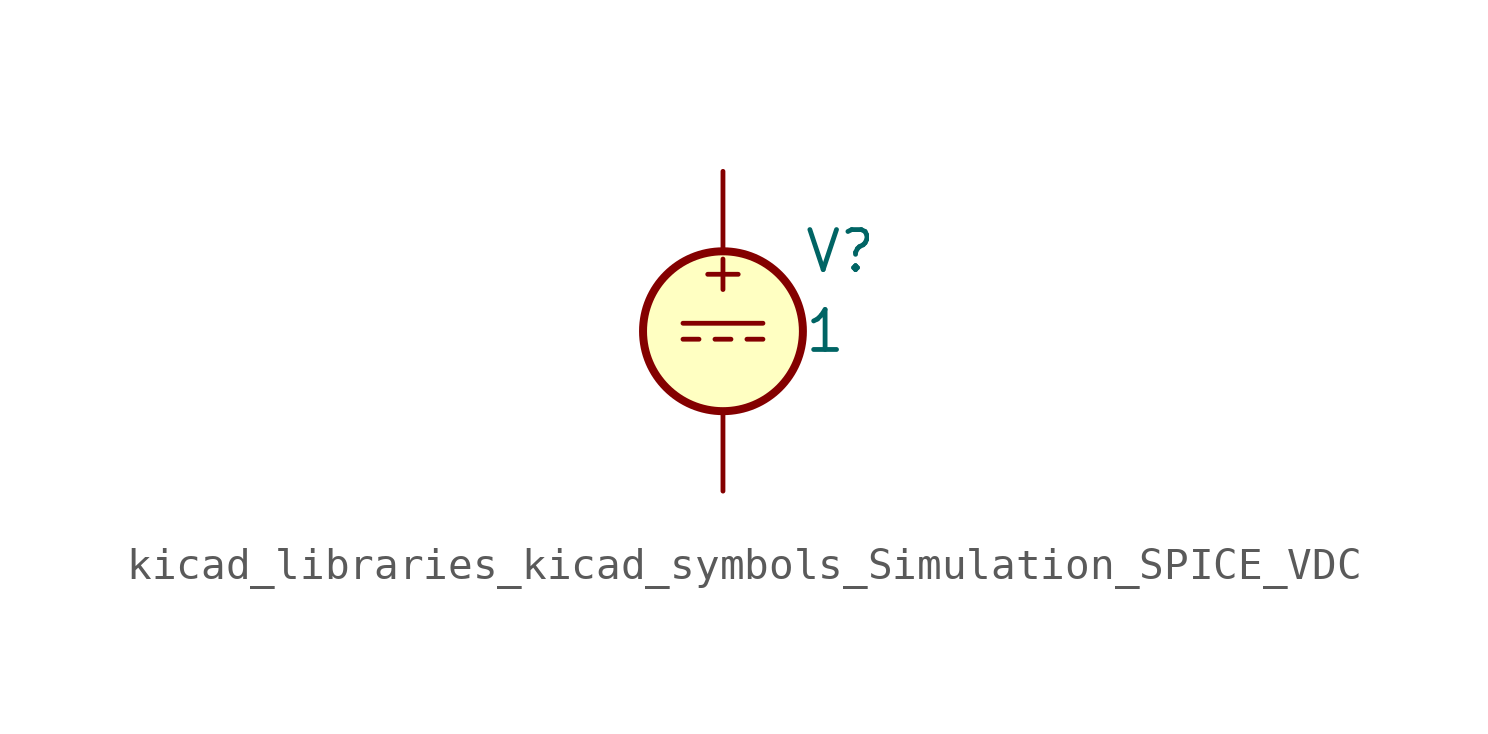
<source format=kicad_sym>
(kicad_symbol_lib
  (version 20220914)
  (generator kicad_symbol_editor)
  (symbol "kicad_libraries_kicad_symbols_Simulation_SPICE_VDC"
    (pin_numbers hide)
    (pin_names
      (offset 0.025))
    (property "Reference" "V"
      (at 2.54 2.54 0)
      (effects (font (size 1.27 1.27)) (justify left)))
    (property "Value" "1"
      (at 2.54 0 0)
      (effects (font (size 1.27 1.27)) (justify left)))
    (symbol "kicad_libraries_kicad_symbols_Simulation_SPICE_VDC_0_0"
      (polyline (pts (xy -1.27 0.254) (xy 1.27 0.254)) (stroke (width 0) (type default)) (fill (type none)))
      (polyline (pts (xy -0.762 -0.254) (xy -1.27 -0.254)) (stroke (width 0) (type default)) (fill (type none)))
      (polyline (pts (xy 0.254 -0.254) (xy -0.254 -0.254)) (stroke (width 0) (type default)) (fill (type none)))
      (polyline (pts (xy 1.27 -0.254) (xy 0.762 -0.254)) (stroke (width 0) (type default)) (fill (type none)))
      (text "+" (at 0 1.905 0) (effects (font (size 1.27 1.27)))))
    (symbol "kicad_libraries_kicad_symbols_Simulation_SPICE_VDC_0_1"
      (circle (center 0 0) (radius 2.54) (stroke (width 0.254) (type default)) (fill (type background))))
    (symbol "kicad_libraries_kicad_symbols_Simulation_SPICE_VDC_1_1"
      (pin passive line (at 0 5.08 270) (length 2.54) (name "~" (effects (font (size 1.27 1.27)))) (number "1" (effects (font (size 1.27 1.27)))))
      (pin passive line (at 0 -5.08 90) (length 2.54) (name "~" (effects (font (size 1.27 1.27)))) (number "2" (effects (font (size 1.27 1.27))))))))
</source>
